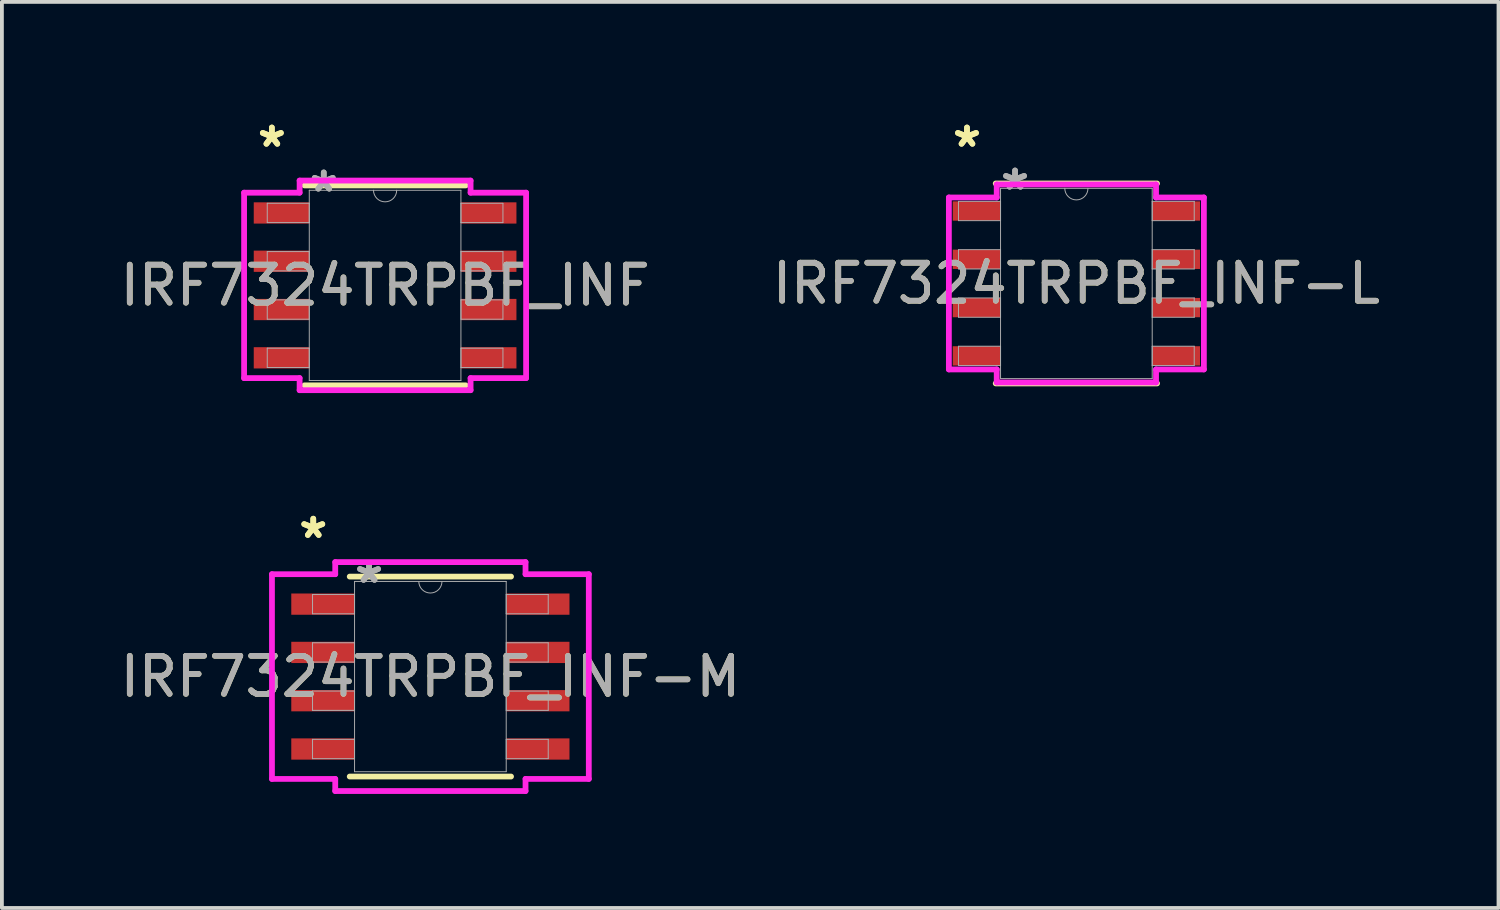
<source format=kicad_pcb>
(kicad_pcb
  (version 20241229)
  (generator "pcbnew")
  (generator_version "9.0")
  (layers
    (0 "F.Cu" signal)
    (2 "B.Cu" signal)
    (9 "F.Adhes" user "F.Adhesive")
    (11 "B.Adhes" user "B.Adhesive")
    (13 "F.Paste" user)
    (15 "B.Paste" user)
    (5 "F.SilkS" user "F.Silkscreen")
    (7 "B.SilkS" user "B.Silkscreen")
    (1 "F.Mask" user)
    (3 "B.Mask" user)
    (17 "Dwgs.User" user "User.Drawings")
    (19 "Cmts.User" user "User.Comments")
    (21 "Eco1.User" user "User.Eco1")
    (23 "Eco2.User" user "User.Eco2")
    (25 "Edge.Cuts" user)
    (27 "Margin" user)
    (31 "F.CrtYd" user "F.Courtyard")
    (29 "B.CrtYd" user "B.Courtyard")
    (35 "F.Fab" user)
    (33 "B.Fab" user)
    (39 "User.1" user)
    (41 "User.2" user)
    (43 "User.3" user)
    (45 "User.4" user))
  (footprint "IRF7324TRPBF_INF"
    (layer "F.Cu")
    (at 7.077 4.455)
    (property "Reference" "IRF7324TRPBF_INF" (at 0 0 0) (unlocked yes) (layer "F.SilkS") (effects (font (size 1 1) (thickness 0.15))))
    (attr smd)
    (fp_line (start -2.121 2.629) (end 2.121 2.629) (stroke (width 0.152) (type solid)) (layer "F.SilkS"))
    (fp_line (start 2.121 -2.629) (end -2.121 -2.629) (stroke (width 0.152) (type solid)) (layer "F.SilkS"))
    (fp_line (start -3.708 -2.438) (end -2.248 -2.438) (stroke (width 0.152) (type solid)) (layer "F.CrtYd"))
    (fp_line (start -3.708 2.438) (end -3.708 -2.438) (stroke (width 0.152) (type solid)) (layer "F.CrtYd"))
    (fp_line (start -3.708 2.438) (end -2.248 2.438) (stroke (width 0.152) (type solid)) (layer "F.CrtYd"))
    (fp_line (start -2.248 -2.756) (end 2.248 -2.756) (stroke (width 0.152) (type solid)) (layer "F.CrtYd"))
    (fp_line (start -2.248 -2.438) (end -2.248 -2.756) (stroke (width 0.152) (type solid)) (layer "F.CrtYd"))
    (fp_line (start -2.248 2.756) (end -2.248 2.438) (stroke (width 0.152) (type solid)) (layer "F.CrtYd"))
    (fp_line (start 2.248 -2.756) (end 2.248 -2.438) (stroke (width 0.152) (type solid)) (layer "F.CrtYd"))
    (fp_line (start 2.248 2.438) (end 2.248 2.756) (stroke (width 0.152) (type solid)) (layer "F.CrtYd"))
    (fp_line (start 2.248 2.756) (end -2.248 2.756) (stroke (width 0.152) (type solid)) (layer "F.CrtYd"))
    (fp_line (start 3.708 -2.438) (end 2.248 -2.438) (stroke (width 0.152) (type solid)) (layer "F.CrtYd"))
    (fp_line (start 3.708 -2.438) (end 3.708 2.438) (stroke (width 0.152) (type solid)) (layer "F.CrtYd"))
    (fp_line (start 3.708 2.438) (end 2.248 2.438) (stroke (width 0.152) (type solid)) (layer "F.CrtYd"))
    (fp_line (start -3.099 -2.159) (end -3.099 -1.651) (stroke (width 0.025) (type solid)) (layer "F.Fab"))
    (fp_line (start -3.099 -1.651) (end -1.994 -1.651) (stroke (width 0.025) (type solid)) (layer "F.Fab"))
    (fp_line (start -3.099 -0.889) (end -3.099 -0.381) (stroke (width 0.025) (type solid)) (layer "F.Fab"))
    (fp_line (start -3.099 -0.381) (end -1.994 -0.381) (stroke (width 0.025) (type solid)) (layer "F.Fab"))
    (fp_line (start -3.099 0.381) (end -3.099 0.889) (stroke (width 0.025) (type solid)) (layer "F.Fab"))
    (fp_line (start -3.099 0.889) (end -1.994 0.889) (stroke (width 0.025) (type solid)) (layer "F.Fab"))
    (fp_line (start -3.099 1.651) (end -3.099 2.159) (stroke (width 0.025) (type solid)) (layer "F.Fab"))
    (fp_line (start -3.099 2.159) (end -1.994 2.159) (stroke (width 0.025) (type solid)) (layer "F.Fab"))
    (fp_line (start -1.994 -2.502) (end -1.994 2.502) (stroke (width 0.025) (type solid)) (layer "F.Fab"))
    (fp_line (start -1.994 -2.159) (end -3.099 -2.159) (stroke (width 0.025) (type solid)) (layer "F.Fab"))
    (fp_line (start -1.994 -1.651) (end -1.994 -2.159) (stroke (width 0.025) (type solid)) (layer "F.Fab"))
    (fp_line (start -1.994 -0.889) (end -3.099 -0.889) (stroke (width 0.025) (type solid)) (layer "F.Fab"))
    (fp_line (start -1.994 -0.381) (end -1.994 -0.889) (stroke (width 0.025) (type solid)) (layer "F.Fab"))
    (fp_line (start -1.994 0.381) (end -3.099 0.381) (stroke (width 0.025) (type solid)) (layer "F.Fab"))
    (fp_line (start -1.994 0.889) (end -1.994 0.381) (stroke (width 0.025) (type solid)) (layer "F.Fab"))
    (fp_line (start -1.994 1.651) (end -3.099 1.651) (stroke (width 0.025) (type solid)) (layer "F.Fab"))
    (fp_line (start -1.994 2.159) (end -1.994 1.651) (stroke (width 0.025) (type solid)) (layer "F.Fab"))
    (fp_line (start -1.994 2.502) (end 1.994 2.502) (stroke (width 0.025) (type solid)) (layer "F.Fab"))
    (fp_line (start 1.994 -2.502) (end -1.994 -2.502) (stroke (width 0.025) (type solid)) (layer "F.Fab"))
    (fp_line (start 1.994 -2.159) (end 1.994 -1.651) (stroke (width 0.025) (type solid)) (layer "F.Fab"))
    (fp_line (start 1.994 -1.651) (end 3.099 -1.651) (stroke (width 0.025) (type solid)) (layer "F.Fab"))
    (fp_line (start 1.994 -0.889) (end 1.994 -0.381) (stroke (width 0.025) (type solid)) (layer "F.Fab"))
    (fp_line (start 1.994 -0.381) (end 3.099 -0.381) (stroke (width 0.025) (type solid)) (layer "F.Fab"))
    (fp_line (start 1.994 0.381) (end 1.994 0.889) (stroke (width 0.025) (type solid)) (layer "F.Fab"))
    (fp_line (start 1.994 0.889) (end 3.099 0.889) (stroke (width 0.025) (type solid)) (layer "F.Fab"))
    (fp_line (start 1.994 1.651) (end 1.994 2.159) (stroke (width 0.025) (type solid)) (layer "F.Fab"))
    (fp_line (start 1.994 2.159) (end 3.099 2.159) (stroke (width 0.025) (type solid)) (layer "F.Fab"))
    (fp_line (start 1.994 2.502) (end 1.994 -2.502) (stroke (width 0.025) (type solid)) (layer "F.Fab"))
    (fp_line (start 3.099 -2.159) (end 1.994 -2.159) (stroke (width 0.025) (type solid)) (layer "F.Fab"))
    (fp_line (start 3.099 -1.651) (end 3.099 -2.159) (stroke (width 0.025) (type solid)) (layer "F.Fab"))
    (fp_line (start 3.099 -0.889) (end 1.994 -0.889) (stroke (width 0.025) (type solid)) (layer "F.Fab"))
    (fp_line (start 3.099 -0.381) (end 3.099 -0.889) (stroke (width 0.025) (type solid)) (layer "F.Fab"))
    (fp_line (start 3.099 0.381) (end 1.994 0.381) (stroke (width 0.025) (type solid)) (layer "F.Fab"))
    (fp_line (start 3.099 0.889) (end 3.099 0.381) (stroke (width 0.025) (type solid)) (layer "F.Fab"))
    (fp_line (start 3.099 1.651) (end 1.994 1.651) (stroke (width 0.025) (type solid)) (layer "F.Fab"))
    (fp_line (start 3.099 2.159) (end 3.099 1.651) (stroke (width 0.025) (type solid)) (layer "F.Fab"))
    (fp_arc (start 0.3048 -2.5019) (mid 0 -2.1971) (end -0.3048 -2.5019) (stroke (width 0.0254) (type solid)) (layer "F.Fab"))
    (fp_text user "*" (at -2.978 -3.607 0) (unlocked yes) (layer "F.SilkS") (effects (font (size 1 1) (thickness 0.15))))
    (fp_text user "*" (at -2.978 -3.607 0) (layer "F.SilkS") (effects (font (size 1 1) (thickness 0.15))))
    (fp_text user "*" (at -1.613 -2.426 0) (unlocked yes) (layer "F.Fab") (effects (font (size 1 1) (thickness 0.15))))
    (fp_text user "${REFERENCE}" (at 0 0 0) (unlocked yes) (layer "F.Fab") (effects (font (size 1 1) (thickness 0.15))))
    (fp_text user "*" (at -1.613 -2.426 0) (layer "F.Fab") (effects (font (size 1 1) (thickness 0.15))))
    (pad "1" smd rect (at -2.724 -1.905) (size 1.46 0.559) (layers "F.Cu" "F.Mask" "F.Paste"))
    (pad "2" smd rect (at -2.724 -0.635) (size 1.46 0.559) (layers "F.Cu" "F.Mask" "F.Paste"))
    (pad "3" smd rect (at -2.724 0.635) (size 1.46 0.559) (layers "F.Cu" "F.Mask" "F.Paste"))
    (pad "4" smd rect (at -2.724 1.905) (size 1.46 0.559) (layers "F.Cu" "F.Mask" "F.Paste"))
    (pad "5" smd rect (at 2.724 1.905) (size 1.46 0.559) (layers "F.Cu" "F.Mask" "F.Paste"))
    (pad "6" smd rect (at 2.724 0.635) (size 1.46 0.559) (layers "F.Cu" "F.Mask" "F.Paste"))
    (pad "7" smd rect (at 2.724 -0.635) (size 1.46 0.559) (layers "F.Cu" "F.Mask" "F.Paste"))
    (pad "8" smd rect (at 2.724 -1.905) (size 1.46 0.559) (layers "F.Cu" "F.Mask" "F.Paste")))
  (footprint "IRF7324TRPBF_INF-L"
    (layer "F.Cu")
    (at 25.256 4.404)
    (property "Reference" "IRF7324TRPBF_INF-L" (at 0 0 0) (unlocked yes) (layer "F.SilkS") (effects (font (size 1 1) (thickness 0.15))))
    (attr smd)
    (fp_line (start -2.121 2.629) (end 2.121 2.629) (stroke (width 0.152) (type solid)) (layer "F.SilkS"))
    (fp_line (start 2.121 -2.629) (end -2.121 -2.629) (stroke (width 0.152) (type solid)) (layer "F.SilkS"))
    (fp_line (start -3.353 -2.261) (end -2.095 -2.261) (stroke (width 0.152) (type solid)) (layer "F.CrtYd"))
    (fp_line (start -3.353 2.261) (end -3.353 -2.261) (stroke (width 0.152) (type solid)) (layer "F.CrtYd"))
    (fp_line (start -3.353 2.261) (end -2.095 2.261) (stroke (width 0.152) (type solid)) (layer "F.CrtYd"))
    (fp_line (start -2.095 -2.603) (end 2.095 -2.603) (stroke (width 0.152) (type solid)) (layer "F.CrtYd"))
    (fp_line (start -2.095 -2.261) (end -2.095 -2.603) (stroke (width 0.152) (type solid)) (layer "F.CrtYd"))
    (fp_line (start -2.095 2.603) (end -2.095 2.261) (stroke (width 0.152) (type solid)) (layer "F.CrtYd"))
    (fp_line (start 2.095 -2.603) (end 2.095 -2.261) (stroke (width 0.152) (type solid)) (layer "F.CrtYd"))
    (fp_line (start 2.095 2.261) (end 2.095 2.603) (stroke (width 0.152) (type solid)) (layer "F.CrtYd"))
    (fp_line (start 2.095 2.603) (end -2.095 2.603) (stroke (width 0.152) (type solid)) (layer "F.CrtYd"))
    (fp_line (start 3.353 -2.261) (end 2.095 -2.261) (stroke (width 0.152) (type solid)) (layer "F.CrtYd"))
    (fp_line (start 3.353 -2.261) (end 3.353 2.261) (stroke (width 0.152) (type solid)) (layer "F.CrtYd"))
    (fp_line (start 3.353 2.261) (end 2.095 2.261) (stroke (width 0.152) (type solid)) (layer "F.CrtYd"))
    (fp_line (start -3.099 -2.159) (end -3.099 -1.651) (stroke (width 0.025) (type solid)) (layer "F.Fab"))
    (fp_line (start -3.099 -1.651) (end -1.994 -1.651) (stroke (width 0.025) (type solid)) (layer "F.Fab"))
    (fp_line (start -3.099 -0.889) (end -3.099 -0.381) (stroke (width 0.025) (type solid)) (layer "F.Fab"))
    (fp_line (start -3.099 -0.381) (end -1.994 -0.381) (stroke (width 0.025) (type solid)) (layer "F.Fab"))
    (fp_line (start -3.099 0.381) (end -3.099 0.889) (stroke (width 0.025) (type solid)) (layer "F.Fab"))
    (fp_line (start -3.099 0.889) (end -1.994 0.889) (stroke (width 0.025) (type solid)) (layer "F.Fab"))
    (fp_line (start -3.099 1.651) (end -3.099 2.159) (stroke (width 0.025) (type solid)) (layer "F.Fab"))
    (fp_line (start -3.099 2.159) (end -1.994 2.159) (stroke (width 0.025) (type solid)) (layer "F.Fab"))
    (fp_line (start -1.994 -2.502) (end -1.994 2.502) (stroke (width 0.025) (type solid)) (layer "F.Fab"))
    (fp_line (start -1.994 -2.159) (end -3.099 -2.159) (stroke (width 0.025) (type solid)) (layer "F.Fab"))
    (fp_line (start -1.994 -1.651) (end -1.994 -2.159) (stroke (width 0.025) (type solid)) (layer "F.Fab"))
    (fp_line (start -1.994 -0.889) (end -3.099 -0.889) (stroke (width 0.025) (type solid)) (layer "F.Fab"))
    (fp_line (start -1.994 -0.381) (end -1.994 -0.889) (stroke (width 0.025) (type solid)) (layer "F.Fab"))
    (fp_line (start -1.994 0.381) (end -3.099 0.381) (stroke (width 0.025) (type solid)) (layer "F.Fab"))
    (fp_line (start -1.994 0.889) (end -1.994 0.381) (stroke (width 0.025) (type solid)) (layer "F.Fab"))
    (fp_line (start -1.994 1.651) (end -3.099 1.651) (stroke (width 0.025) (type solid)) (layer "F.Fab"))
    (fp_line (start -1.994 2.159) (end -1.994 1.651) (stroke (width 0.025) (type solid)) (layer "F.Fab"))
    (fp_line (start -1.994 2.502) (end 1.994 2.502) (stroke (width 0.025) (type solid)) (layer "F.Fab"))
    (fp_line (start 1.994 -2.502) (end -1.994 -2.502) (stroke (width 0.025) (type solid)) (layer "F.Fab"))
    (fp_line (start 1.994 -2.159) (end 1.994 -1.651) (stroke (width 0.025) (type solid)) (layer "F.Fab"))
    (fp_line (start 1.994 -1.651) (end 3.099 -1.651) (stroke (width 0.025) (type solid)) (layer "F.Fab"))
    (fp_line (start 1.994 -0.889) (end 1.994 -0.381) (stroke (width 0.025) (type solid)) (layer "F.Fab"))
    (fp_line (start 1.994 -0.381) (end 3.099 -0.381) (stroke (width 0.025) (type solid)) (layer "F.Fab"))
    (fp_line (start 1.994 0.381) (end 1.994 0.889) (stroke (width 0.025) (type solid)) (layer "F.Fab"))
    (fp_line (start 1.994 0.889) (end 3.099 0.889) (stroke (width 0.025) (type solid)) (layer "F.Fab"))
    (fp_line (start 1.994 1.651) (end 1.994 2.159) (stroke (width 0.025) (type solid)) (layer "F.Fab"))
    (fp_line (start 1.994 2.159) (end 3.099 2.159) (stroke (width 0.025) (type solid)) (layer "F.Fab"))
    (fp_line (start 1.994 2.502) (end 1.994 -2.502) (stroke (width 0.025) (type solid)) (layer "F.Fab"))
    (fp_line (start 3.099 -2.159) (end 1.994 -2.159) (stroke (width 0.025) (type solid)) (layer "F.Fab"))
    (fp_line (start 3.099 -1.651) (end 3.099 -2.159) (stroke (width 0.025) (type solid)) (layer "F.Fab"))
    (fp_line (start 3.099 -0.889) (end 1.994 -0.889) (stroke (width 0.025) (type solid)) (layer "F.Fab"))
    (fp_line (start 3.099 -0.381) (end 3.099 -0.889) (stroke (width 0.025) (type solid)) (layer "F.Fab"))
    (fp_line (start 3.099 0.381) (end 1.994 0.381) (stroke (width 0.025) (type solid)) (layer "F.Fab"))
    (fp_line (start 3.099 0.889) (end 3.099 0.381) (stroke (width 0.025) (type solid)) (layer "F.Fab"))
    (fp_line (start 3.099 1.651) (end 1.994 1.651) (stroke (width 0.025) (type solid)) (layer "F.Fab"))
    (fp_line (start 3.099 2.159) (end 3.099 1.651) (stroke (width 0.025) (type solid)) (layer "F.Fab"))
    (fp_arc (start 0.3048 -2.5019) (mid 0 -2.1971) (end -0.3048 -2.5019) (stroke (width 0.0254) (type solid)) (layer "F.Fab"))
    (fp_text user "*" (at -2.877 -3.556 0) (layer "F.SilkS") (effects (font (size 1 1) (thickness 0.15))))
    (fp_text user "*" (at -2.877 -3.556 0) (unlocked yes) (layer "F.SilkS") (effects (font (size 1 1) (thickness 0.15))))
    (fp_text user "${REFERENCE}" (at 0 0 0) (unlocked yes) (layer "F.Fab") (effects (font (size 1 1) (thickness 0.15))))
    (fp_text user "*" (at -1.613 -2.426 0) (layer "F.Fab") (effects (font (size 1 1) (thickness 0.15))))
    (fp_text user "*" (at -1.613 -2.426 0) (unlocked yes) (layer "F.Fab") (effects (font (size 1 1) (thickness 0.15))))
    (pad "1" smd rect (at -2.623 -1.905) (size 1.257 0.508) (layers "F.Cu" "F.Mask" "F.Paste"))
    (pad "2" smd rect (at -2.623 -0.635) (size 1.257 0.508) (layers "F.Cu" "F.Mask" "F.Paste"))
    (pad "3" smd rect (at -2.623 0.635) (size 1.257 0.508) (layers "F.Cu" "F.Mask" "F.Paste"))
    (pad "4" smd rect (at -2.623 1.905) (size 1.257 0.508) (layers "F.Cu" "F.Mask" "F.Paste"))
    (pad "5" smd rect (at 2.623 1.905) (size 1.257 0.508) (layers "F.Cu" "F.Mask" "F.Paste"))
    (pad "6" smd rect (at 2.623 0.635) (size 1.257 0.508) (layers "F.Cu" "F.Mask" "F.Paste"))
    (pad "7" smd rect (at 2.623 -0.635) (size 1.257 0.508) (layers "F.Cu" "F.Mask" "F.Paste"))
    (pad "8" smd rect (at 2.623 -1.905) (size 1.257 0.508) (layers "F.Cu" "F.Mask" "F.Paste")))
  (footprint "IRF7324TRPBF_INF-M"
    (layer "F.Cu")
    (at 8.268 14.742)
    (property "Reference" "IRF7324TRPBF_INF-M" (at 0 0 0) (unlocked yes) (layer "F.SilkS") (effects (font (size 1 1) (thickness 0.15))))
    (attr smd)
    (fp_line (start -2.121 2.629) (end 2.121 2.629) (stroke (width 0.152) (type solid)) (layer "F.SilkS"))
    (fp_line (start 2.121 -2.629) (end -2.121 -2.629) (stroke (width 0.152) (type solid)) (layer "F.SilkS"))
    (fp_line (start -4.166 -2.692) (end -2.502 -2.692) (stroke (width 0.152) (type solid)) (layer "F.CrtYd"))
    (fp_line (start -4.166 2.692) (end -4.166 -2.692) (stroke (width 0.152) (type solid)) (layer "F.CrtYd"))
    (fp_line (start -4.166 2.692) (end -2.502 2.692) (stroke (width 0.152) (type solid)) (layer "F.CrtYd"))
    (fp_line (start -2.502 -3.01) (end 2.502 -3.01) (stroke (width 0.152) (type solid)) (layer "F.CrtYd"))
    (fp_line (start -2.502 -2.692) (end -2.502 -3.01) (stroke (width 0.152) (type solid)) (layer "F.CrtYd"))
    (fp_line (start -2.502 3.01) (end -2.502 2.692) (stroke (width 0.152) (type solid)) (layer "F.CrtYd"))
    (fp_line (start 2.502 -3.01) (end 2.502 -2.692) (stroke (width 0.152) (type solid)) (layer "F.CrtYd"))
    (fp_line (start 2.502 2.692) (end 2.502 3.01) (stroke (width 0.152) (type solid)) (layer "F.CrtYd"))
    (fp_line (start 2.502 3.01) (end -2.502 3.01) (stroke (width 0.152) (type solid)) (layer "F.CrtYd"))
    (fp_line (start 4.166 -2.692) (end 2.502 -2.692) (stroke (width 0.152) (type solid)) (layer "F.CrtYd"))
    (fp_line (start 4.166 -2.692) (end 4.166 2.692) (stroke (width 0.152) (type solid)) (layer "F.CrtYd"))
    (fp_line (start 4.166 2.692) (end 2.502 2.692) (stroke (width 0.152) (type solid)) (layer "F.CrtYd"))
    (fp_line (start -3.099 -2.159) (end -3.099 -1.651) (stroke (width 0.025) (type solid)) (layer "F.Fab"))
    (fp_line (start -3.099 -1.651) (end -1.994 -1.651) (stroke (width 0.025) (type solid)) (layer "F.Fab"))
    (fp_line (start -3.099 -0.889) (end -3.099 -0.381) (stroke (width 0.025) (type solid)) (layer "F.Fab"))
    (fp_line (start -3.099 -0.381) (end -1.994 -0.381) (stroke (width 0.025) (type solid)) (layer "F.Fab"))
    (fp_line (start -3.099 0.381) (end -3.099 0.889) (stroke (width 0.025) (type solid)) (layer "F.Fab"))
    (fp_line (start -3.099 0.889) (end -1.994 0.889) (stroke (width 0.025) (type solid)) (layer "F.Fab"))
    (fp_line (start -3.099 1.651) (end -3.099 2.159) (stroke (width 0.025) (type solid)) (layer "F.Fab"))
    (fp_line (start -3.099 2.159) (end -1.994 2.159) (stroke (width 0.025) (type solid)) (layer "F.Fab"))
    (fp_line (start -1.994 -2.502) (end -1.994 2.502) (stroke (width 0.025) (type solid)) (layer "F.Fab"))
    (fp_line (start -1.994 -2.159) (end -3.099 -2.159) (stroke (width 0.025) (type solid)) (layer "F.Fab"))
    (fp_line (start -1.994 -1.651) (end -1.994 -2.159) (stroke (width 0.025) (type solid)) (layer "F.Fab"))
    (fp_line (start -1.994 -0.889) (end -3.099 -0.889) (stroke (width 0.025) (type solid)) (layer "F.Fab"))
    (fp_line (start -1.994 -0.381) (end -1.994 -0.889) (stroke (width 0.025) (type solid)) (layer "F.Fab"))
    (fp_line (start -1.994 0.381) (end -3.099 0.381) (stroke (width 0.025) (type solid)) (layer "F.Fab"))
    (fp_line (start -1.994 0.889) (end -1.994 0.381) (stroke (width 0.025) (type solid)) (layer "F.Fab"))
    (fp_line (start -1.994 1.651) (end -3.099 1.651) (stroke (width 0.025) (type solid)) (layer "F.Fab"))
    (fp_line (start -1.994 2.159) (end -1.994 1.651) (stroke (width 0.025) (type solid)) (layer "F.Fab"))
    (fp_line (start -1.994 2.502) (end 1.994 2.502) (stroke (width 0.025) (type solid)) (layer "F.Fab"))
    (fp_line (start 1.994 -2.502) (end -1.994 -2.502) (stroke (width 0.025) (type solid)) (layer "F.Fab"))
    (fp_line (start 1.994 -2.159) (end 1.994 -1.651) (stroke (width 0.025) (type solid)) (layer "F.Fab"))
    (fp_line (start 1.994 -1.651) (end 3.099 -1.651) (stroke (width 0.025) (type solid)) (layer "F.Fab"))
    (fp_line (start 1.994 -0.889) (end 1.994 -0.381) (stroke (width 0.025) (type solid)) (layer "F.Fab"))
    (fp_line (start 1.994 -0.381) (end 3.099 -0.381) (stroke (width 0.025) (type solid)) (layer "F.Fab"))
    (fp_line (start 1.994 0.381) (end 1.994 0.889) (stroke (width 0.025) (type solid)) (layer "F.Fab"))
    (fp_line (start 1.994 0.889) (end 3.099 0.889) (stroke (width 0.025) (type solid)) (layer "F.Fab"))
    (fp_line (start 1.994 1.651) (end 1.994 2.159) (stroke (width 0.025) (type solid)) (layer "F.Fab"))
    (fp_line (start 1.994 2.159) (end 3.099 2.159) (stroke (width 0.025) (type solid)) (layer "F.Fab"))
    (fp_line (start 1.994 2.502) (end 1.994 -2.502) (stroke (width 0.025) (type solid)) (layer "F.Fab"))
    (fp_line (start 3.099 -2.159) (end 1.994 -2.159) (stroke (width 0.025) (type solid)) (layer "F.Fab"))
    (fp_line (start 3.099 -1.651) (end 3.099 -2.159) (stroke (width 0.025) (type solid)) (layer "F.Fab"))
    (fp_line (start 3.099 -0.889) (end 1.994 -0.889) (stroke (width 0.025) (type solid)) (layer "F.Fab"))
    (fp_line (start 3.099 -0.381) (end 3.099 -0.889) (stroke (width 0.025) (type solid)) (layer "F.Fab"))
    (fp_line (start 3.099 0.381) (end 1.994 0.381) (stroke (width 0.025) (type solid)) (layer "F.Fab"))
    (fp_line (start 3.099 0.889) (end 3.099 0.381) (stroke (width 0.025) (type solid)) (layer "F.Fab"))
    (fp_line (start 3.099 1.651) (end 1.994 1.651) (stroke (width 0.025) (type solid)) (layer "F.Fab"))
    (fp_line (start 3.099 2.159) (end 3.099 1.651) (stroke (width 0.025) (type solid)) (layer "F.Fab"))
    (fp_arc (start 0.3048 -2.5019) (mid 0 -2.1971) (end -0.3048 -2.5019) (stroke (width 0.0254) (type solid)) (layer "F.Fab"))
    (fp_text user "*" (at -3.08 -3.607 0) (layer "F.SilkS") (effects (font (size 1 1) (thickness 0.15))))
    (fp_text user "*" (at -3.08 -3.607 0) (unlocked yes) (layer "F.SilkS") (effects (font (size 1 1) (thickness 0.15))))
    (fp_text user "${REFERENCE}" (at 0 0 0) (unlocked yes) (layer "F.Fab") (effects (font (size 1 1) (thickness 0.15))))
    (fp_text user "*" (at -1.613 -2.426 0) (layer "F.Fab") (effects (font (size 1 1) (thickness 0.15))))
    (fp_text user "*" (at -1.613 -2.426 0) (unlocked yes) (layer "F.Fab") (effects (font (size 1 1) (thickness 0.15))))
    (pad "1" smd rect (at -2.826 -1.905) (size 1.664 0.559) (layers "F.Cu" "F.Mask" "F.Paste"))
    (pad "2" smd rect (at -2.826 -0.635) (size 1.664 0.559) (layers "F.Cu" "F.Mask" "F.Paste"))
    (pad "3" smd rect (at -2.826 0.635) (size 1.664 0.559) (layers "F.Cu" "F.Mask" "F.Paste"))
    (pad "4" smd rect (at -2.826 1.905) (size 1.664 0.559) (layers "F.Cu" "F.Mask" "F.Paste"))
    (pad "5" smd rect (at 2.826 1.905) (size 1.664 0.559) (layers "F.Cu" "F.Mask" "F.Paste"))
    (pad "6" smd rect (at 2.826 0.635) (size 1.664 0.559) (layers "F.Cu" "F.Mask" "F.Paste"))
    (pad "7" smd rect (at 2.826 -0.635) (size 1.664 0.559) (layers "F.Cu" "F.Mask" "F.Paste"))
    (pad "8" smd rect (at 2.826 -1.905) (size 1.664 0.559) (layers "F.Cu" "F.Mask" "F.Paste")))
  (gr_rect
    (start -3 -3)
    (end 36.357 20.828)
    (stroke (width 0.1) (type default))
    (fill no)
    (layer "Edge.Cuts")))
</source>
